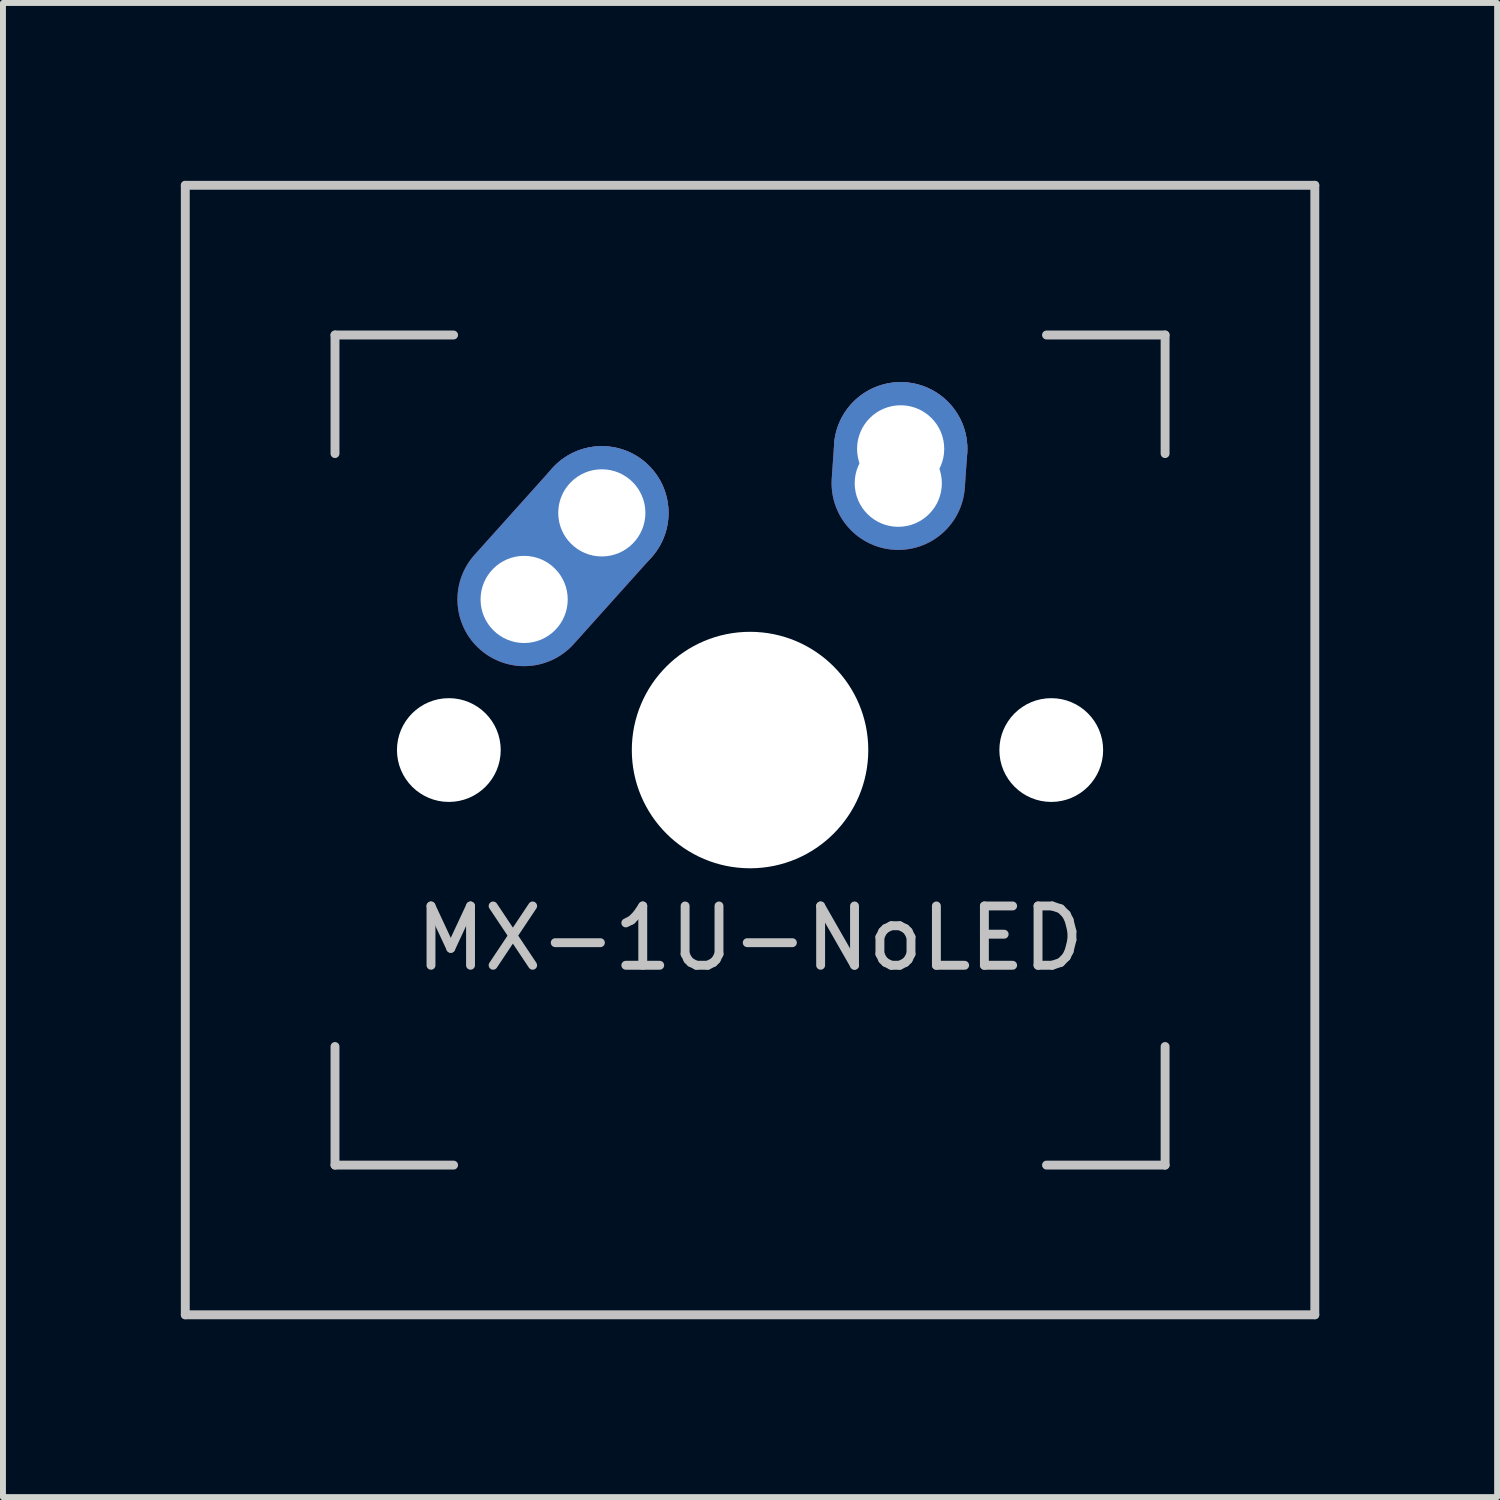
<source format=kicad_pcb>
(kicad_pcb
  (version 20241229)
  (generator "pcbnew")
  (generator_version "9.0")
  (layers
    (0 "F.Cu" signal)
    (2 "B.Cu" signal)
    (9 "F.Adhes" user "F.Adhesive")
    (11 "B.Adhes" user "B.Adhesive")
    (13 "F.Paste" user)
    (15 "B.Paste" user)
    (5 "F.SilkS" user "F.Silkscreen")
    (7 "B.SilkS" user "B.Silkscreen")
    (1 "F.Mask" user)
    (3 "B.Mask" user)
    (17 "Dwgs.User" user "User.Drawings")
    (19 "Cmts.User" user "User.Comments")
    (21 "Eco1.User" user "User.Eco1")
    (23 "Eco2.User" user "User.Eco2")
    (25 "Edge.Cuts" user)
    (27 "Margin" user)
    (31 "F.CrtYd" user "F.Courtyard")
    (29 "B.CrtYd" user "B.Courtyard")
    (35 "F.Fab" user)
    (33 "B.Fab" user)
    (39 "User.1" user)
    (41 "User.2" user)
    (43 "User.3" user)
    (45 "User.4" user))
  (footprint "MX-1U-NoLED"
    (layer "F.Cu")
    (at 9.6 9.6)
    (property "Reference" "MX-1U-NoLED" (at 0 3.175 0) (layer "Dwgs.User") (effects (font (size 1 1) (thickness 0.15))))
    (attr through_hole)
    (fp_line (start -9.525 -9.525) (end 9.525 -9.525) (stroke (width 0.15) (type solid)) (layer "Dwgs.User"))
    (fp_line (start -9.525 9.525) (end -9.525 -9.525) (stroke (width 0.15) (type solid)) (layer "Dwgs.User"))
    (fp_line (start -7 -7) (end -7 -5) (stroke (width 0.15) (type solid)) (layer "Dwgs.User"))
    (fp_line (start -7 5) (end -7 7) (stroke (width 0.15) (type solid)) (layer "Dwgs.User"))
    (fp_line (start -7 7) (end -5 7) (stroke (width 0.15) (type solid)) (layer "Dwgs.User"))
    (fp_line (start -5 -7) (end -7 -7) (stroke (width 0.15) (type solid)) (layer "Dwgs.User"))
    (fp_line (start 5 -7) (end 7 -7) (stroke (width 0.15) (type solid)) (layer "Dwgs.User"))
    (fp_line (start 5 7) (end 7 7) (stroke (width 0.15) (type solid)) (layer "Dwgs.User"))
    (fp_line (start 7 -7) (end 7 -5) (stroke (width 0.15) (type solid)) (layer "Dwgs.User"))
    (fp_line (start 7 7) (end 7 5) (stroke (width 0.15) (type solid)) (layer "Dwgs.User"))
    (fp_line (start 9.525 -9.525) (end 9.525 9.525) (stroke (width 0.15) (type solid)) (layer "Dwgs.User"))
    (fp_line (start 9.525 9.525) (end -9.525 9.525) (stroke (width 0.15) (type solid)) (layer "Dwgs.User"))
    (pad "" np_thru_hole circle (at -5.08 0 48.1) (size 1.75 1.75) (drill 1.75) (layers "*.Cu" "*.Mask"))
    (pad "" np_thru_hole circle (at 0 0) (size 3.988 3.988) (drill 3.988) (layers "*.Cu" "*.Mask"))
    (pad "" np_thru_hole circle (at 5.08 0 48.1) (size 1.75 1.75) (drill 1.75) (layers "*.Cu" "*.Mask"))
    (pad "1" thru_hole oval (at -3.81 -2.54 48.1) (size 4.212 2.25) (drill 1.47 (offset 0.981 0)) (layers "*.Cu" "B.Mask"))
    (pad "1" thru_hole circle (at -2.5 -4) (size 2.25 2.25) (drill 1.47) (layers "*.Cu" "B.Mask"))
    (pad "2" thru_hole oval (at 2.5 -4.5 86.055) (size 2.831 2.25) (drill 1.47 (offset 0.291 0)) (layers "*.Cu" "B.Mask"))
    (pad "2" thru_hole circle (at 2.54 -5.08) (size 2.25 2.25) (drill 1.47) (layers "*.Cu" "B.Mask")))
  (gr_rect
    (start -3 -3)
    (end 22.2 22.2)
    (stroke (width 0.1) (type default))
    (fill no)
    (layer "Edge.Cuts")))
</source>
